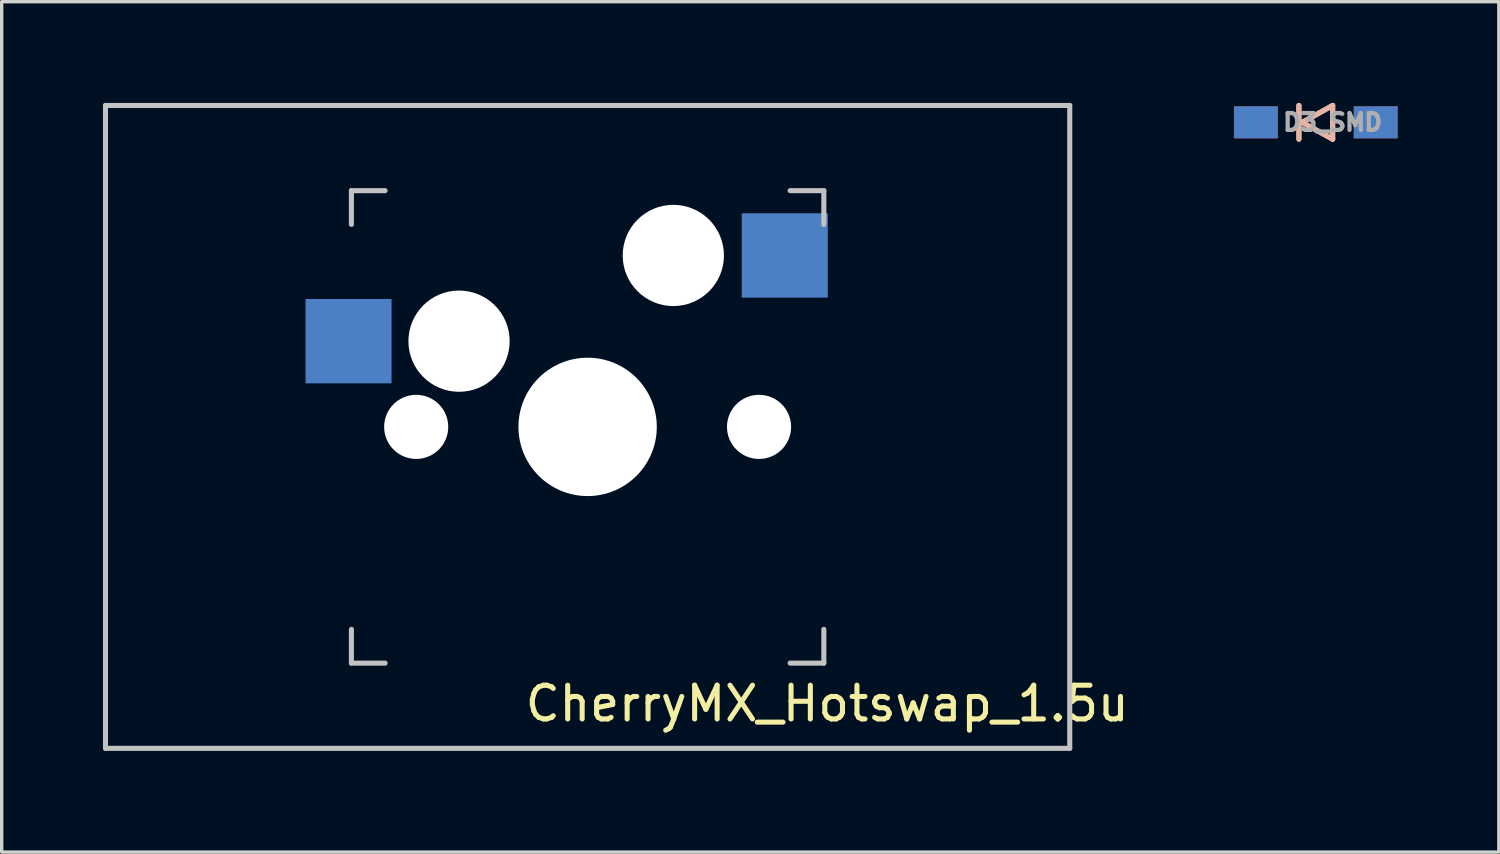
<source format=kicad_pcb>
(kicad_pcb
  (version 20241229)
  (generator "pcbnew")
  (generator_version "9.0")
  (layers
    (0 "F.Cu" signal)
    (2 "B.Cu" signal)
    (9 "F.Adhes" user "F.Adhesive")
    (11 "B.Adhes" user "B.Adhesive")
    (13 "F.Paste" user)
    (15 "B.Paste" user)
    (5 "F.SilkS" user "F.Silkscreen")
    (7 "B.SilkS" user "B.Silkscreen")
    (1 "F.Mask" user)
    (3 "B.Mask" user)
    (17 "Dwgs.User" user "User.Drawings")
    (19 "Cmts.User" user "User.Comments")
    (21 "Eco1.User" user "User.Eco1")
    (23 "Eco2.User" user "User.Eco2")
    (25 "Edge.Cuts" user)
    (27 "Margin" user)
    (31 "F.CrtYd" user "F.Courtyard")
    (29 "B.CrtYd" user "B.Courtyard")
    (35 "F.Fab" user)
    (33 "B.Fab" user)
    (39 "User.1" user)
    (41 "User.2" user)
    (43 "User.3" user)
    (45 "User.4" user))
  (footprint "CherryMX_Hotswap_1.5u"
    (layer "F.Cu")
    (at 14.363 9.6)
    (property "Reference" "CherryMX_Hotswap_1.5u" (at 7.1 8.2 0) (layer "F.SilkS") (effects (font (size 1 1) (thickness 0.15))))
    (attr through_hole)
    (fp_line (start -14.287 -9.525) (end 14.287 -9.525) (stroke (width 0.15) (type solid)) (layer "Dwgs.User"))
    (fp_line (start -14.287 9.525) (end -14.287 -9.525) (stroke (width 0.15) (type solid)) (layer "Dwgs.User"))
    (fp_line (start -7 -7) (end -6 -7) (stroke (width 0.15) (type solid)) (layer "Dwgs.User"))
    (fp_line (start -7 -6) (end -7 -7) (stroke (width 0.15) (type solid)) (layer "Dwgs.User"))
    (fp_line (start -7 6) (end -7 7) (stroke (width 0.15) (type solid)) (layer "Dwgs.User"))
    (fp_line (start -7 7) (end -6 7) (stroke (width 0.15) (type solid)) (layer "Dwgs.User"))
    (fp_line (start 6 7) (end 7 7) (stroke (width 0.15) (type solid)) (layer "Dwgs.User"))
    (fp_line (start 7 -7) (end 6 -7) (stroke (width 0.15) (type solid)) (layer "Dwgs.User"))
    (fp_line (start 7 -7) (end 7 -6) (stroke (width 0.15) (type solid)) (layer "Dwgs.User"))
    (fp_line (start 7 7) (end 7 6) (stroke (width 0.15) (type solid)) (layer "Dwgs.User"))
    (fp_line (start 14.287 -9.525) (end 14.287 9.525) (stroke (width 0.15) (type solid)) (layer "Dwgs.User"))
    (fp_line (start 14.287 9.525) (end -14.287 9.525) (stroke (width 0.15) (type solid)) (layer "Dwgs.User"))
    (pad "" np_thru_hole circle (at -5.08 0) (size 1.9 1.9) (drill 1.9) (layers "*.Cu" "*.Mask"))
    (pad "" np_thru_hole circle (at -3.81 -2.54) (size 3 3) (drill 3) (layers "*.Cu" "*.Mask"))
    (pad "" np_thru_hole circle (at 0 0 90) (size 4.1 4.1) (drill 4.1) (layers "*.Cu" "*.Mask"))
    (pad "" np_thru_hole circle (at 2.54 -5.08) (size 3 3) (drill 3) (layers "*.Cu" "*.Mask"))
    (pad "" np_thru_hole circle (at 5.08 0) (size 1.9 1.9) (drill 1.9) (layers "*.Cu" "*.Mask"))
    (pad "1" smd rect (at -7.085 -2.54 180) (size 2.55 2.5) (layers "B.Cu" "B.Mask" "B.Paste"))
    (pad "2" smd rect (at 5.842 -5.08 180) (size 2.55 2.5) (layers "B.Cu" "B.Mask" "B.Paste")))
  (footprint "D3_SMD"
    (layer "F.Cu")
    (at 35.941 0.575)
    (property "Reference" "D3_SMD" (at 0.5 0 0) (layer "F.Fab") (effects (font (size 0.5 0.5) (thickness 0.125))))
    (attr through_hole)
    (fp_line (start -0.5 -0.5) (end -0.5 0.5) (stroke (width 0.15) (type solid)) (layer "F.SilkS"))
    (fp_line (start -0.4 0) (end 0.5 -0.5) (stroke (width 0.15) (type solid)) (layer "F.SilkS"))
    (fp_line (start 0.5 -0.5) (end 0.5 0.5) (stroke (width 0.15) (type solid)) (layer "F.SilkS"))
    (fp_line (start 0.5 0.5) (end -0.4 0) (stroke (width 0.15) (type solid)) (layer "F.SilkS"))
    (fp_line (start -0.5 -0.5) (end -0.5 0.5) (stroke (width 0.15) (type solid)) (layer "B.SilkS"))
    (fp_line (start -0.4 0) (end 0.5 -0.5) (stroke (width 0.15) (type solid)) (layer "B.SilkS"))
    (fp_line (start 0.5 -0.5) (end 0.5 0.5) (stroke (width 0.15) (type solid)) (layer "B.SilkS"))
    (fp_line (start 0.5 0.5) (end -0.4 0) (stroke (width 0.15) (type solid)) (layer "B.SilkS"))
    (pad "1" smd rect (at -1.775 0) (size 1.3 0.95) (layers "F.Cu" "F.Mask" "F.Paste"))
    (pad "1" smd rect (at -1.775 0) (size 1.3 0.95) (layers "B.Cu" "B.Mask" "B.Paste"))
    (pad "2" smd rect (at 1.775 0) (size 1.3 0.95) (layers "F.Cu" "F.Mask" "F.Paste"))
    (pad "2" smd rect (at 1.775 0) (size 1.3 0.95) (layers "B.Cu" "B.Mask" "B.Paste")))
  (gr_rect
    (start -3 -3)
    (end 41.366 22.2)
    (stroke (width 0.1) (type default))
    (fill no)
    (layer "Edge.Cuts")))
</source>
